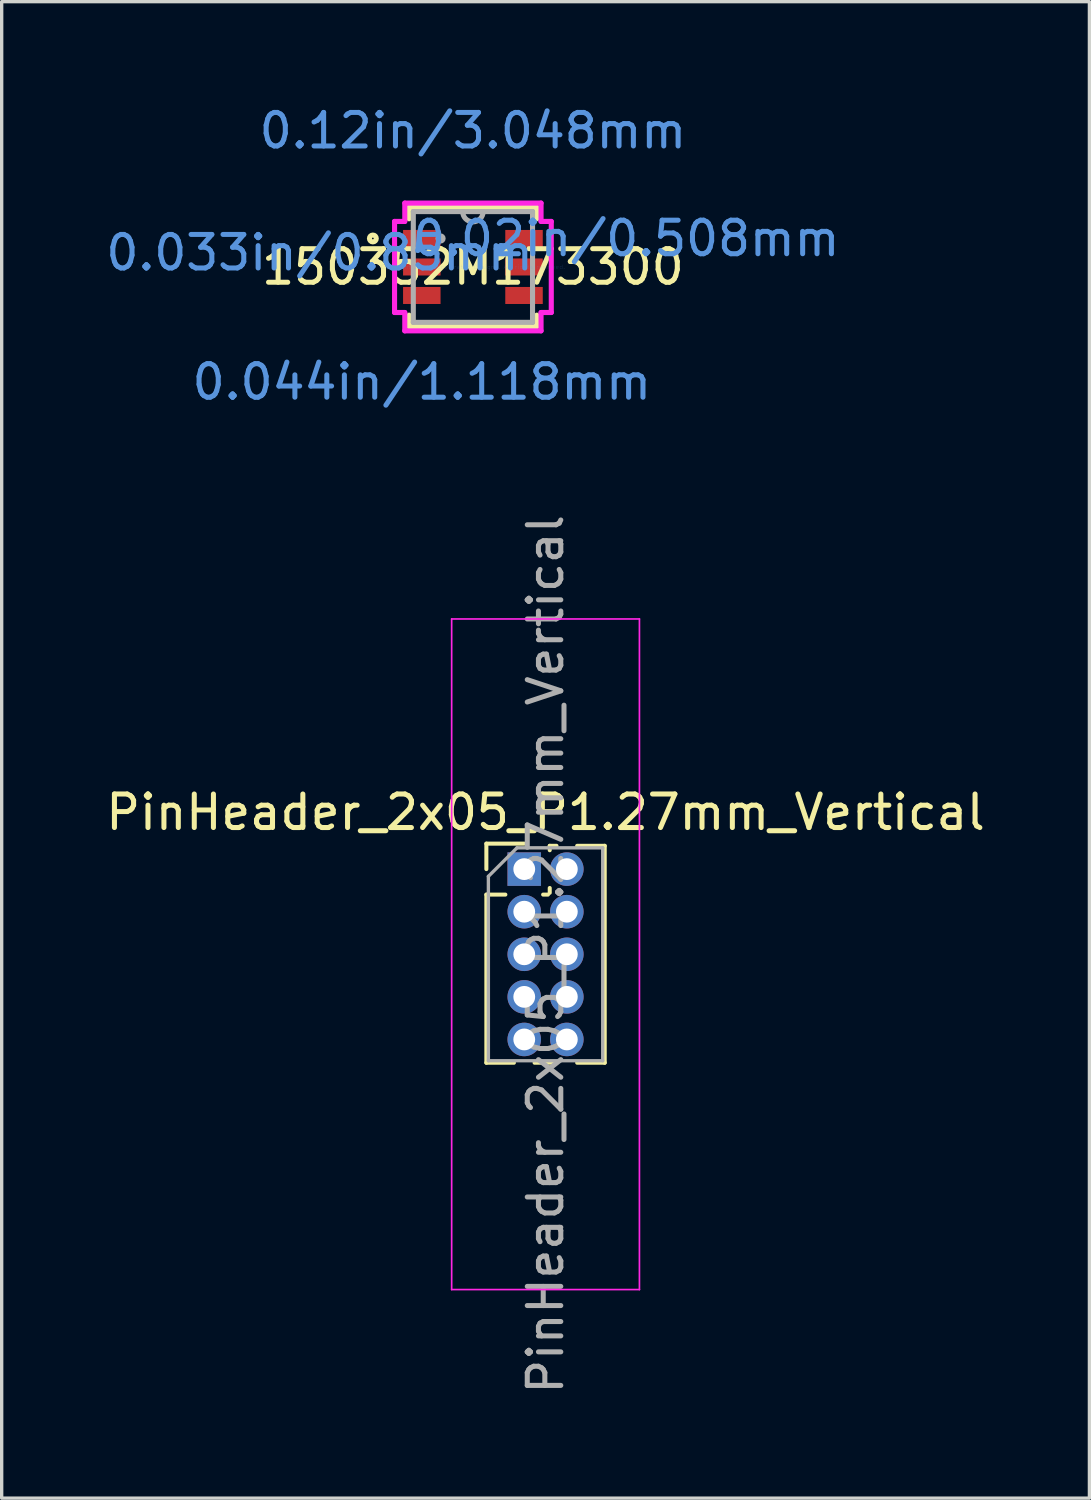
<source format=kicad_pcb>
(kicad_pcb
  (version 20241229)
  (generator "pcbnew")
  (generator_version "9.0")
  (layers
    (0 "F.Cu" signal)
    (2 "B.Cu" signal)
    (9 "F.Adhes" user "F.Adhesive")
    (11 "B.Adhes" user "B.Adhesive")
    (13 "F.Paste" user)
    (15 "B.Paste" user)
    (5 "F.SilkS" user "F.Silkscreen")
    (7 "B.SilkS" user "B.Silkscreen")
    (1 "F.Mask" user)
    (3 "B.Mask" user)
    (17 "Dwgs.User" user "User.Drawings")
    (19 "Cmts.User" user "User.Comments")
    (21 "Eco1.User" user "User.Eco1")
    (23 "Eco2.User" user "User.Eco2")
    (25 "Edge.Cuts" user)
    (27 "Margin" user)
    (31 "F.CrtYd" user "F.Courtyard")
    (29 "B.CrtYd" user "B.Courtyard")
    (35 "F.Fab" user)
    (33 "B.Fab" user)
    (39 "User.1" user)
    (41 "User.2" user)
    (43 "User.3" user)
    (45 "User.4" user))
  (footprint "PinHeader_2x05_P1.27mm_Vertical"
    (layer "F.Cu")
    (at 12.585 22.87)
    (property "Reference" "PinHeader_2x05_P1.27mm_Vertical" (at 0.635 -1.695 0) (layer "F.SilkS") (effects (font (size 1 1) (thickness 0.15))))
    (attr through_hole)
    (fp_line (start -1.13 -0.76) (end 0 -0.76) (stroke (width 0.12) (type solid)) (layer "F.SilkS"))
    (fp_line (start -1.13 0) (end -1.13 -0.76) (stroke (width 0.12) (type solid)) (layer "F.SilkS"))
    (fp_line (start -1.13 0.76) (end -1.13 5.775) (stroke (width 0.12) (type solid)) (layer "F.SilkS"))
    (fp_line (start -1.13 0.76) (end -0.563 0.76) (stroke (width 0.12) (type solid)) (layer "F.SilkS"))
    (fp_line (start -1.13 5.775) (end -0.308 5.775) (stroke (width 0.12) (type solid)) (layer "F.SilkS"))
    (fp_line (start 0.308 5.775) (end 0.962 5.775) (stroke (width 0.12) (type solid)) (layer "F.SilkS"))
    (fp_line (start 0.563 0.76) (end 0.707 0.76) (stroke (width 0.12) (type solid)) (layer "F.SilkS"))
    (fp_line (start 0.76 -0.695) (end 0.962 -0.695) (stroke (width 0.12) (type solid)) (layer "F.SilkS"))
    (fp_line (start 0.76 -0.563) (end 0.76 -0.695) (stroke (width 0.12) (type solid)) (layer "F.SilkS"))
    (fp_line (start 0.76 0.707) (end 0.76 0.563) (stroke (width 0.12) (type solid)) (layer "F.SilkS"))
    (fp_line (start 1.578 -0.695) (end 2.4 -0.695) (stroke (width 0.12) (type solid)) (layer "F.SilkS"))
    (fp_line (start 1.578 5.775) (end 2.4 5.775) (stroke (width 0.12) (type solid)) (layer "F.SilkS"))
    (fp_line (start 2.4 -0.695) (end 2.4 5.775) (stroke (width 0.12) (type solid)) (layer "F.SilkS"))
    (fp_line (start -2.165 -7.46) (end -2.165 12.54) (stroke (width 0.05) (type solid)) (layer "F.CrtYd"))
    (fp_line (start -2.165 12.54) (end 3.435 12.54) (stroke (width 0.05) (type solid)) (layer "F.CrtYd"))
    (fp_line (start 3.435 -7.46) (end -2.165 -7.46) (stroke (width 0.05) (type solid)) (layer "F.CrtYd"))
    (fp_line (start 3.435 12.54) (end 3.435 -7.46) (stroke (width 0.05) (type solid)) (layer "F.CrtYd"))
    (fp_line (start -1.07 0.217) (end -0.217 -0.635) (stroke (width 0.1) (type solid)) (layer "F.Fab"))
    (fp_line (start -1.07 5.715) (end -1.07 0.217) (stroke (width 0.1) (type solid)) (layer "F.Fab"))
    (fp_line (start -0.217 -0.635) (end 2.34 -0.635) (stroke (width 0.1) (type solid)) (layer "F.Fab"))
    (fp_line (start 2.34 -0.635) (end 2.34 5.715) (stroke (width 0.1) (type solid)) (layer "F.Fab"))
    (fp_line (start 2.34 5.715) (end -1.07 5.715) (stroke (width 0.1) (type solid)) (layer "F.Fab"))
    (fp_text user "${REFERENCE}" (at 0.635 2.54 90) (layer "F.Fab") (effects (font (size 1 1) (thickness 0.15))))
    (pad "1" thru_hole rect (at 0 0) (size 1 1) (drill 0.65) (layers "*.Cu" "*.Mask"))
    (pad "2" thru_hole oval (at 1.27 0) (size 1 1) (drill 0.65) (layers "*.Cu" "*.Mask"))
    (pad "3" thru_hole oval (at 0 1.27) (size 1 1) (drill 0.65) (layers "*.Cu" "*.Mask"))
    (pad "4" thru_hole oval (at 1.27 1.27) (size 1 1) (drill 0.65) (layers "*.Cu" "*.Mask"))
    (pad "5" thru_hole oval (at 0 2.54) (size 1 1) (drill 0.65) (layers "*.Cu" "*.Mask"))
    (pad "6" thru_hole oval (at 1.27 2.54) (size 1 1) (drill 0.65) (layers "*.Cu" "*.Mask"))
    (pad "7" thru_hole oval (at 0 3.81) (size 1 1) (drill 0.65) (layers "*.Cu" "*.Mask"))
    (pad "8" thru_hole oval (at 1.27 3.81) (size 1 1) (drill 0.65) (layers "*.Cu" "*.Mask"))
    (pad "9" thru_hole oval (at 0 5.08) (size 1 1) (drill 0.65) (layers "*.Cu" "*.Mask"))
    (pad "10" thru_hole oval (at 1.27 5.08) (size 1 1) (drill 0.65) (layers "*.Cu" "*.Mask")))
  (footprint "150352M173300"
    (layer "F.Cu")
    (at 11.054 4.912)
    (property "Reference" "150352M173300" (at 0 0 0) (layer "F.SilkS") (effects (font (size 1 1) (thickness 0.15))))
    (attr through_hole)
    (fp_line (start -1.905 -1.778) (end -1.905 -1.437) (stroke (width 0.152) (type solid)) (layer "F.SilkS"))
    (fp_line (start -1.905 1.437) (end -1.905 1.778) (stroke (width 0.152) (type solid)) (layer "F.SilkS"))
    (fp_line (start -1.905 1.778) (end 1.905 1.778) (stroke (width 0.152) (type solid)) (layer "F.SilkS"))
    (fp_line (start 1.905 -1.778) (end -1.905 -1.778) (stroke (width 0.152) (type solid)) (layer "F.SilkS"))
    (fp_line (start 1.905 -1.437) (end 1.905 -1.778) (stroke (width 0.152) (type solid)) (layer "F.SilkS"))
    (fp_line (start 1.905 1.778) (end 1.905 1.437) (stroke (width 0.152) (type solid)) (layer "F.SilkS"))
    (fp_circle (center -2.984 -0.85) (end -2.882 -0.85) (stroke (width 0.152) (type solid)) (fill no) (layer "F.SilkS"))
    (fp_line (start -2.337 -1.358) (end -2.032 -1.358) (stroke (width 0.152) (type solid)) (layer "F.CrtYd"))
    (fp_line (start -2.337 1.358) (end -2.337 -1.358) (stroke (width 0.152) (type solid)) (layer "F.CrtYd"))
    (fp_line (start -2.337 1.358) (end -2.032 1.358) (stroke (width 0.152) (type solid)) (layer "F.CrtYd"))
    (fp_line (start -2.032 -1.905) (end 2.032 -1.905) (stroke (width 0.152) (type solid)) (layer "F.CrtYd"))
    (fp_line (start -2.032 -1.358) (end -2.032 -1.905) (stroke (width 0.152) (type solid)) (layer "F.CrtYd"))
    (fp_line (start -2.032 1.905) (end -2.032 1.358) (stroke (width 0.152) (type solid)) (layer "F.CrtYd"))
    (fp_line (start 2.032 -1.905) (end 2.032 -1.358) (stroke (width 0.152) (type solid)) (layer "F.CrtYd"))
    (fp_line (start 2.032 1.358) (end 2.032 1.905) (stroke (width 0.152) (type solid)) (layer "F.CrtYd"))
    (fp_line (start 2.032 1.905) (end -2.032 1.905) (stroke (width 0.152) (type solid)) (layer "F.CrtYd"))
    (fp_line (start 2.337 -1.358) (end 2.032 -1.358) (stroke (width 0.152) (type solid)) (layer "F.CrtYd"))
    (fp_line (start 2.337 -1.358) (end 2.337 1.358) (stroke (width 0.152) (type solid)) (layer "F.CrtYd"))
    (fp_line (start 2.337 1.358) (end 2.032 1.358) (stroke (width 0.152) (type solid)) (layer "F.CrtYd"))
    (fp_line (start -1.778 -1.651) (end -1.778 1.651) (stroke (width 0.152) (type solid)) (layer "F.Fab"))
    (fp_line (start -1.778 1.651) (end 1.778 1.651) (stroke (width 0.152) (type solid)) (layer "F.Fab"))
    (fp_line (start 1.778 -1.651) (end -1.778 -1.651) (stroke (width 0.152) (type solid)) (layer "F.Fab"))
    (fp_line (start 1.778 1.651) (end 1.778 -1.651) (stroke (width 0.152) (type solid)) (layer "F.Fab"))
    (fp_arc (start 0.3048 -1.651) (mid 0 -1.3462) (end -0.3048 -1.651) (stroke (width 0.1524) (type solid)) (layer "F.Fab"))
    (fp_circle (center -0.965 -0.85) (end -0.889 -0.85) (stroke (width 0.152) (type solid)) (fill no) (layer "F.Fab"))
    (fp_text user "0.033in/0.85mm" (at -4.572 -0.425 0) (layer "Cmts.User") (effects (font (size 1 1) (thickness 0.15))))
    (fp_text user "Copyright 2016 Accelerated Designs. All rights reserved." (at 0 0 0) (layer "Cmts.User") (effects (font (size 0.127 0.127) (thickness 0.002))))
    (fp_text user "0.044in/1.118mm" (at -1.524 3.429 0) (layer "Cmts.User") (effects (font (size 1 1) (thickness 0.15))))
    (fp_text user "0.12in/3.048mm" (at 0 -4.064 0) (layer "Cmts.User") (effects (font (size 1 1) (thickness 0.15))))
    (fp_text user "0.02in/0.508mm" (at 4.572 -0.85 0) (layer "Cmts.User") (effects (font (size 1 1) (thickness 0.15))))
    (pad "1" smd rect (at -1.524 -0.85) (size 1.118 0.508) (layers "F.Cu" "F.Mask" "F.Paste"))
    (pad "2" smd rect (at 1.524 -0.85) (size 1.118 0.508) (layers "F.Cu" "F.Mask" "F.Paste"))
    (pad "3" smd rect (at -1.524 0) (size 1.118 0.508) (layers "F.Cu" "F.Mask" "F.Paste"))
    (pad "4" smd rect (at 1.524 0) (size 1.118 0.508) (layers "F.Cu" "F.Mask" "F.Paste"))
    (pad "5" smd rect (at -1.524 0.85) (size 1.118 0.508) (layers "F.Cu" "F.Mask" "F.Paste"))
    (pad "6" smd rect (at 1.524 0.85) (size 1.118 0.508) (layers "F.Cu" "F.Mask" "F.Paste")))
  (gr_rect
    (start -3 -3)
    (end 29.44 41.63)
    (stroke (width 0.1) (type default))
    (fill no)
    (layer "Edge.Cuts")))
</source>
